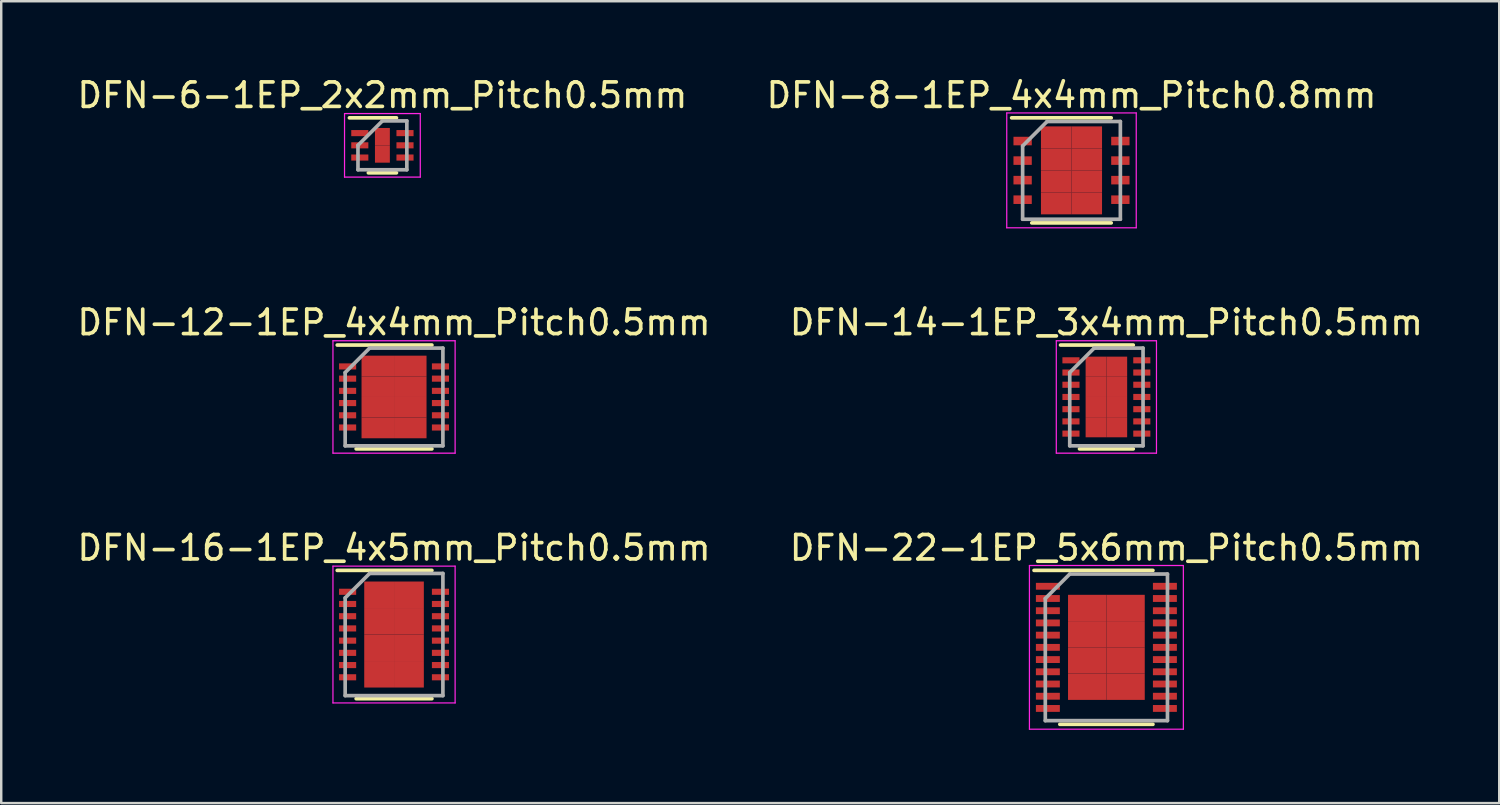
<source format=kicad_pcb>
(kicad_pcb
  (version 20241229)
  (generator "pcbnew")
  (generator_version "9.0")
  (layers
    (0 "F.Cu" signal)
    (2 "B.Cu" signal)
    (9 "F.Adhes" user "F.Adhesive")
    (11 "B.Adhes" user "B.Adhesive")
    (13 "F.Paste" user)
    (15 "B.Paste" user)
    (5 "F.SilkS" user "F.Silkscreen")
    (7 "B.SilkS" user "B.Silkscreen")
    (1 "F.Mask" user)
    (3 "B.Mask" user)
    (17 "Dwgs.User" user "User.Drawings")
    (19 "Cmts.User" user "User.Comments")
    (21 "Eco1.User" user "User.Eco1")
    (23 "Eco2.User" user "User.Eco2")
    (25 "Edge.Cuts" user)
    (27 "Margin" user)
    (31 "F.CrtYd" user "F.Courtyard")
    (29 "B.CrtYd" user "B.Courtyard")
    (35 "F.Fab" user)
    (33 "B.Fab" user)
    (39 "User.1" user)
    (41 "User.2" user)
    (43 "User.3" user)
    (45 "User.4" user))
  (footprint "DFN-12-1EP_4x4mm_Pitch0.5mm"
    (layer "F.Cu")
    (at 13.077 13.197)
    (property "Reference" "DFN-12-1EP_4x4mm_Pitch0.5mm" (at 0 -3.05 0) (layer "F.SilkS") (effects (font (size 1 1) (thickness 0.15))))
    (attr smd)
    (fp_line (start -2.325 -2.125) (end 1.55 -2.125) (stroke (width 0.15) (type solid)) (layer "F.SilkS"))
    (fp_line (start -1.55 2.125) (end 1.55 2.125) (stroke (width 0.15) (type solid)) (layer "F.SilkS"))
    (fp_line (start -2.5 -2.3) (end -2.5 2.3) (stroke (width 0.05) (type solid)) (layer "F.CrtYd"))
    (fp_line (start -2.5 -2.3) (end 2.5 -2.3) (stroke (width 0.05) (type solid)) (layer "F.CrtYd"))
    (fp_line (start -2.5 2.3) (end 2.5 2.3) (stroke (width 0.05) (type solid)) (layer "F.CrtYd"))
    (fp_line (start 2.5 -2.3) (end 2.5 2.3) (stroke (width 0.05) (type solid)) (layer "F.CrtYd"))
    (fp_line (start -2 -1) (end -1 -2) (stroke (width 0.15) (type solid)) (layer "F.Fab"))
    (fp_line (start -2 2) (end -2 -1) (stroke (width 0.15) (type solid)) (layer "F.Fab"))
    (fp_line (start -1 -2) (end 2 -2) (stroke (width 0.15) (type solid)) (layer "F.Fab"))
    (fp_line (start 2 -2) (end 2 2) (stroke (width 0.15) (type solid)) (layer "F.Fab"))
    (fp_line (start 2 2) (end -2 2) (stroke (width 0.15) (type solid)) (layer "F.Fab"))
    (pad "1" smd rect (at -1.9 -1.25) (size 0.7 0.25) (layers "F.Cu" "F.Mask" "F.Paste"))
    (pad "2" smd rect (at -1.9 -0.75) (size 0.7 0.25) (layers "F.Cu" "F.Mask" "F.Paste"))
    (pad "3" smd rect (at -1.9 -0.25) (size 0.7 0.25) (layers "F.Cu" "F.Mask" "F.Paste"))
    (pad "4" smd rect (at -1.9 0.25) (size 0.7 0.25) (layers "F.Cu" "F.Mask" "F.Paste"))
    (pad "5" smd rect (at -1.9 0.75) (size 0.7 0.25) (layers "F.Cu" "F.Mask" "F.Paste"))
    (pad "6" smd rect (at -1.9 1.25) (size 0.7 0.25) (layers "F.Cu" "F.Mask" "F.Paste"))
    (pad "7" smd rect (at 1.9 1.25) (size 0.7 0.25) (layers "F.Cu" "F.Mask" "F.Paste"))
    (pad "8" smd rect (at 1.9 0.75) (size 0.7 0.25) (layers "F.Cu" "F.Mask" "F.Paste"))
    (pad "9" smd rect (at 1.9 0.25) (size 0.7 0.25) (layers "F.Cu" "F.Mask" "F.Paste"))
    (pad "10" smd rect (at 1.9 -0.25) (size 0.7 0.25) (layers "F.Cu" "F.Mask" "F.Paste"))
    (pad "11" smd rect (at 1.9 -0.75) (size 0.7 0.25) (layers "F.Cu" "F.Mask" "F.Paste"))
    (pad "12" smd rect (at 1.9 -1.25) (size 0.7 0.25) (layers "F.Cu" "F.Mask" "F.Paste"))
    (pad "13" smd rect (at -0.665 -1.268) (size 1.33 0.845) (layers "F.Cu" "F.Mask" "F.Paste"))
    (pad "13" smd rect (at -0.665 -0.422) (size 1.33 0.845) (layers "F.Cu" "F.Mask" "F.Paste"))
    (pad "13" smd rect (at -0.665 0.422) (size 1.33 0.845) (layers "F.Cu" "F.Mask" "F.Paste"))
    (pad "13" smd rect (at -0.665 1.268) (size 1.33 0.845) (layers "F.Cu" "F.Mask" "F.Paste"))
    (pad "13" smd rect (at 0.665 -1.268) (size 1.33 0.845) (layers "F.Cu" "F.Mask" "F.Paste"))
    (pad "13" smd rect (at 0.665 -0.422) (size 1.33 0.845) (layers "F.Cu" "F.Mask" "F.Paste"))
    (pad "13" smd rect (at 0.665 0.422) (size 1.33 0.845) (layers "F.Cu" "F.Mask" "F.Paste"))
    (pad "13" smd rect (at 0.665 1.268) (size 1.33 0.845) (layers "F.Cu" "F.Mask" "F.Paste")))
  (footprint "DFN-16-1EP_4x5mm_Pitch0.5mm"
    (layer "F.Cu")
    (at 13.077 22.92)
    (property "Reference" "DFN-16-1EP_4x5mm_Pitch0.5mm" (at 0 -3.55 0) (layer "F.SilkS") (effects (font (size 1 1) (thickness 0.15))))
    (attr smd)
    (fp_line (start -2.325 -2.625) (end 1.55 -2.625) (stroke (width 0.15) (type solid)) (layer "F.SilkS"))
    (fp_line (start -1.55 2.625) (end 1.55 2.625) (stroke (width 0.15) (type solid)) (layer "F.SilkS"))
    (fp_line (start -2.5 -2.8) (end -2.5 2.8) (stroke (width 0.05) (type solid)) (layer "F.CrtYd"))
    (fp_line (start -2.5 -2.8) (end 2.5 -2.8) (stroke (width 0.05) (type solid)) (layer "F.CrtYd"))
    (fp_line (start -2.5 2.8) (end 2.5 2.8) (stroke (width 0.05) (type solid)) (layer "F.CrtYd"))
    (fp_line (start 2.5 -2.8) (end 2.5 2.8) (stroke (width 0.05) (type solid)) (layer "F.CrtYd"))
    (fp_line (start -2 -1.5) (end -1 -2.5) (stroke (width 0.15) (type solid)) (layer "F.Fab"))
    (fp_line (start -2 2.5) (end -2 -1.5) (stroke (width 0.15) (type solid)) (layer "F.Fab"))
    (fp_line (start -1 -2.5) (end 2 -2.5) (stroke (width 0.15) (type solid)) (layer "F.Fab"))
    (fp_line (start 2 -2.5) (end 2 2.5) (stroke (width 0.15) (type solid)) (layer "F.Fab"))
    (fp_line (start 2 2.5) (end -2 2.5) (stroke (width 0.15) (type solid)) (layer "F.Fab"))
    (pad "1" smd rect (at -1.9 -1.75) (size 0.7 0.25) (layers "F.Cu" "F.Mask" "F.Paste"))
    (pad "2" smd rect (at -1.9 -1.25) (size 0.7 0.25) (layers "F.Cu" "F.Mask" "F.Paste"))
    (pad "3" smd rect (at -1.9 -0.75) (size 0.7 0.25) (layers "F.Cu" "F.Mask" "F.Paste"))
    (pad "4" smd rect (at -1.9 -0.25) (size 0.7 0.25) (layers "F.Cu" "F.Mask" "F.Paste"))
    (pad "5" smd rect (at -1.9 0.25) (size 0.7 0.25) (layers "F.Cu" "F.Mask" "F.Paste"))
    (pad "6" smd rect (at -1.9 0.75) (size 0.7 0.25) (layers "F.Cu" "F.Mask" "F.Paste"))
    (pad "7" smd rect (at -1.9 1.25) (size 0.7 0.25) (layers "F.Cu" "F.Mask" "F.Paste"))
    (pad "8" smd rect (at -1.9 1.75) (size 0.7 0.25) (layers "F.Cu" "F.Mask" "F.Paste"))
    (pad "9" smd rect (at 1.9 1.75) (size 0.7 0.25) (layers "F.Cu" "F.Mask" "F.Paste"))
    (pad "10" smd rect (at 1.9 1.25) (size 0.7 0.25) (layers "F.Cu" "F.Mask" "F.Paste"))
    (pad "11" smd rect (at 1.9 0.75) (size 0.7 0.25) (layers "F.Cu" "F.Mask" "F.Paste"))
    (pad "12" smd rect (at 1.9 0.25) (size 0.7 0.25) (layers "F.Cu" "F.Mask" "F.Paste"))
    (pad "13" smd rect (at 1.9 -0.25) (size 0.7 0.25) (layers "F.Cu" "F.Mask" "F.Paste"))
    (pad "14" smd rect (at 1.9 -0.75) (size 0.7 0.25) (layers "F.Cu" "F.Mask" "F.Paste"))
    (pad "15" smd rect (at 1.9 -1.25) (size 0.7 0.25) (layers "F.Cu" "F.Mask" "F.Paste"))
    (pad "16" smd rect (at 1.9 -1.75) (size 0.7 0.25) (layers "F.Cu" "F.Mask" "F.Paste"))
    (pad "17" smd rect (at -0.61 -1.627) (size 1.22 1.085) (layers "F.Cu" "F.Mask" "F.Paste"))
    (pad "17" smd rect (at -0.61 -0.542) (size 1.22 1.085) (layers "F.Cu" "F.Mask" "F.Paste"))
    (pad "17" smd rect (at -0.61 0.542) (size 1.22 1.085) (layers "F.Cu" "F.Mask" "F.Paste"))
    (pad "17" smd rect (at -0.61 1.627) (size 1.22 1.085) (layers "F.Cu" "F.Mask" "F.Paste"))
    (pad "17" smd rect (at 0.61 -1.627) (size 1.22 1.085) (layers "F.Cu" "F.Mask" "F.Paste"))
    (pad "17" smd rect (at 0.61 -0.542) (size 1.22 1.085) (layers "F.Cu" "F.Mask" "F.Paste"))
    (pad "17" smd rect (at 0.61 0.542) (size 1.22 1.085) (layers "F.Cu" "F.Mask" "F.Paste"))
    (pad "17" smd rect (at 0.61 1.627) (size 1.22 1.085) (layers "F.Cu" "F.Mask" "F.Paste")))
  (footprint "DFN-8-1EP_4x4mm_Pitch0.8mm"
    (layer "F.Cu")
    (at 40.804 3.923)
    (property "Reference" "DFN-8-1EP_4x4mm_Pitch0.8mm" (at 0 -3.075 0) (layer "F.SilkS") (effects (font (size 1 1) (thickness 0.15))))
    (attr smd)
    (fp_line (start -2.45 -2.15) (end 1.625 -2.15) (stroke (width 0.15) (type solid)) (layer "F.SilkS"))
    (fp_line (start -1.625 2.15) (end 1.625 2.15) (stroke (width 0.15) (type solid)) (layer "F.SilkS"))
    (fp_line (start -2.65 -2.35) (end -2.65 2.35) (stroke (width 0.05) (type solid)) (layer "F.CrtYd"))
    (fp_line (start -2.65 -2.35) (end 2.65 -2.35) (stroke (width 0.05) (type solid)) (layer "F.CrtYd"))
    (fp_line (start -2.65 2.35) (end 2.65 2.35) (stroke (width 0.05) (type solid)) (layer "F.CrtYd"))
    (fp_line (start 2.65 -2.35) (end 2.65 2.35) (stroke (width 0.05) (type solid)) (layer "F.CrtYd"))
    (fp_line (start -2 -1) (end -1 -2) (stroke (width 0.15) (type solid)) (layer "F.Fab"))
    (fp_line (start -2 2) (end -2 -1) (stroke (width 0.15) (type solid)) (layer "F.Fab"))
    (fp_line (start -1 -2) (end 2 -2) (stroke (width 0.15) (type solid)) (layer "F.Fab"))
    (fp_line (start 2 -2) (end 2 2) (stroke (width 0.15) (type solid)) (layer "F.Fab"))
    (fp_line (start 2 2) (end -2 2) (stroke (width 0.15) (type solid)) (layer "F.Fab"))
    (pad "1" smd rect (at -2 -1.2) (size 0.75 0.35) (layers "F.Cu" "F.Mask" "F.Paste"))
    (pad "2" smd rect (at -2 -0.4) (size 0.75 0.35) (layers "F.Cu" "F.Mask" "F.Paste"))
    (pad "3" smd rect (at -2 0.4) (size 0.75 0.35) (layers "F.Cu" "F.Mask" "F.Paste"))
    (pad "4" smd rect (at -2 1.2) (size 0.75 0.35) (layers "F.Cu" "F.Mask" "F.Paste"))
    (pad "5" smd rect (at 2 1.2) (size 0.75 0.35) (layers "F.Cu" "F.Mask" "F.Paste"))
    (pad "6" smd rect (at 2 0.4) (size 0.75 0.35) (layers "F.Cu" "F.Mask" "F.Paste"))
    (pad "7" smd rect (at 2 -0.4) (size 0.75 0.35) (layers "F.Cu" "F.Mask" "F.Paste"))
    (pad "8" smd rect (at 2 -1.2) (size 0.75 0.35) (layers "F.Cu" "F.Mask" "F.Paste"))
    (pad "9" smd rect (at -0.625 -1.35) (size 1.25 0.9) (layers "F.Cu" "F.Mask" "F.Paste"))
    (pad "9" smd rect (at -0.625 -0.45) (size 1.25 0.9) (layers "F.Cu" "F.Mask" "F.Paste"))
    (pad "9" smd rect (at -0.625 0.45) (size 1.25 0.9) (layers "F.Cu" "F.Mask" "F.Paste"))
    (pad "9" smd rect (at -0.625 1.35) (size 1.25 0.9) (layers "F.Cu" "F.Mask" "F.Paste"))
    (pad "9" smd rect (at 0.625 -1.35) (size 1.25 0.9) (layers "F.Cu" "F.Mask" "F.Paste"))
    (pad "9" smd rect (at 0.625 -0.45) (size 1.25 0.9) (layers "F.Cu" "F.Mask" "F.Paste"))
    (pad "9" smd rect (at 0.625 0.45) (size 1.25 0.9) (layers "F.Cu" "F.Mask" "F.Paste"))
    (pad "9" smd rect (at 0.625 1.35) (size 1.25 0.9) (layers "F.Cu" "F.Mask" "F.Paste")))
  (footprint "DFN-14-1EP_3x4mm_Pitch0.5mm"
    (layer "F.Cu")
    (at 42.232 13.197)
    (property "Reference" "DFN-14-1EP_3x4mm_Pitch0.5mm" (at 0 -3.05 0) (layer "F.SilkS") (effects (font (size 1 1) (thickness 0.15))))
    (attr smd)
    (fp_line (start -1.875 -2.125) (end 1.1 -2.125) (stroke (width 0.15) (type solid)) (layer "F.SilkS"))
    (fp_line (start -1.1 2.125) (end 1.1 2.125) (stroke (width 0.15) (type solid)) (layer "F.SilkS"))
    (fp_line (start -2.05 -2.3) (end -2.05 2.3) (stroke (width 0.05) (type solid)) (layer "F.CrtYd"))
    (fp_line (start -2.05 -2.3) (end 2.05 -2.3) (stroke (width 0.05) (type solid)) (layer "F.CrtYd"))
    (fp_line (start -2.05 2.3) (end 2.05 2.3) (stroke (width 0.05) (type solid)) (layer "F.CrtYd"))
    (fp_line (start 2.05 -2.3) (end 2.05 2.3) (stroke (width 0.05) (type solid)) (layer "F.CrtYd"))
    (fp_line (start -1.5 -1) (end -0.5 -2) (stroke (width 0.15) (type solid)) (layer "F.Fab"))
    (fp_line (start -1.5 2) (end -1.5 -1) (stroke (width 0.15) (type solid)) (layer "F.Fab"))
    (fp_line (start -0.5 -2) (end 1.5 -2) (stroke (width 0.15) (type solid)) (layer "F.Fab"))
    (fp_line (start 1.5 -2) (end 1.5 2) (stroke (width 0.15) (type solid)) (layer "F.Fab"))
    (fp_line (start 1.5 2) (end -1.5 2) (stroke (width 0.15) (type solid)) (layer "F.Fab"))
    (pad "1" smd rect (at -1.45 -1.5) (size 0.7 0.25) (layers "F.Cu" "F.Mask" "F.Paste"))
    (pad "2" smd rect (at -1.45 -1) (size 0.7 0.25) (layers "F.Cu" "F.Mask" "F.Paste"))
    (pad "3" smd rect (at -1.45 -0.5) (size 0.7 0.25) (layers "F.Cu" "F.Mask" "F.Paste"))
    (pad "4" smd rect (at -1.45 0) (size 0.7 0.25) (layers "F.Cu" "F.Mask" "F.Paste"))
    (pad "5" smd rect (at -1.45 0.5) (size 0.7 0.25) (layers "F.Cu" "F.Mask" "F.Paste"))
    (pad "6" smd rect (at -1.45 1) (size 0.7 0.25) (layers "F.Cu" "F.Mask" "F.Paste"))
    (pad "7" smd rect (at -1.45 1.5) (size 0.7 0.25) (layers "F.Cu" "F.Mask" "F.Paste"))
    (pad "8" smd rect (at 1.45 1.5) (size 0.7 0.25) (layers "F.Cu" "F.Mask" "F.Paste"))
    (pad "9" smd rect (at 1.45 1) (size 0.7 0.25) (layers "F.Cu" "F.Mask" "F.Paste"))
    (pad "10" smd rect (at 1.45 0.5) (size 0.7 0.25) (layers "F.Cu" "F.Mask" "F.Paste"))
    (pad "11" smd rect (at 1.45 0) (size 0.7 0.25) (layers "F.Cu" "F.Mask" "F.Paste"))
    (pad "12" smd rect (at 1.45 -0.5) (size 0.7 0.25) (layers "F.Cu" "F.Mask" "F.Paste"))
    (pad "13" smd rect (at 1.45 -1) (size 0.7 0.25) (layers "F.Cu" "F.Mask" "F.Paste"))
    (pad "14" smd rect (at 1.45 -1.5) (size 0.7 0.25) (layers "F.Cu" "F.Mask" "F.Paste"))
    (pad "15" smd rect (at -0.425 -1.238) (size 0.85 0.825) (layers "F.Cu" "F.Mask" "F.Paste"))
    (pad "15" smd rect (at -0.425 -0.412) (size 0.85 0.825) (layers "F.Cu" "F.Mask" "F.Paste"))
    (pad "15" smd rect (at -0.425 0.412) (size 0.85 0.825) (layers "F.Cu" "F.Mask" "F.Paste"))
    (pad "15" smd rect (at -0.425 1.238) (size 0.85 0.825) (layers "F.Cu" "F.Mask" "F.Paste"))
    (pad "15" smd rect (at 0.425 -1.238) (size 0.85 0.825) (layers "F.Cu" "F.Mask" "F.Paste"))
    (pad "15" smd rect (at 0.425 -0.412) (size 0.85 0.825) (layers "F.Cu" "F.Mask" "F.Paste"))
    (pad "15" smd rect (at 0.425 0.412) (size 0.85 0.825) (layers "F.Cu" "F.Mask" "F.Paste"))
    (pad "15" smd rect (at 0.425 1.238) (size 0.85 0.825) (layers "F.Cu" "F.Mask" "F.Paste")))
  (footprint "DFN-22-1EP_5x6mm_Pitch0.5mm"
    (layer "F.Cu")
    (at 42.232 23.445)
    (property "Reference" "DFN-22-1EP_5x6mm_Pitch0.5mm" (at 0 -4.075 0) (layer "F.SilkS") (effects (font (size 1 1) (thickness 0.15))))
    (attr smd)
    (fp_line (start -2.96 -3.15) (end 1.905 -3.15) (stroke (width 0.15) (type solid)) (layer "F.SilkS"))
    (fp_line (start -1.905 3.15) (end 1.905 3.15) (stroke (width 0.15) (type solid)) (layer "F.SilkS"))
    (fp_line (start -3.15 -3.35) (end -3.15 3.35) (stroke (width 0.05) (type solid)) (layer "F.CrtYd"))
    (fp_line (start -3.15 -3.35) (end 3.15 -3.35) (stroke (width 0.05) (type solid)) (layer "F.CrtYd"))
    (fp_line (start -3.15 3.35) (end 3.15 3.35) (stroke (width 0.05) (type solid)) (layer "F.CrtYd"))
    (fp_line (start 3.15 -3.35) (end 3.15 3.35) (stroke (width 0.05) (type solid)) (layer "F.CrtYd"))
    (fp_line (start -2.5 -2) (end -1.5 -3) (stroke (width 0.15) (type solid)) (layer "F.Fab"))
    (fp_line (start -2.5 3) (end -2.5 -2) (stroke (width 0.15) (type solid)) (layer "F.Fab"))
    (fp_line (start -1.5 -3) (end 2.5 -3) (stroke (width 0.15) (type solid)) (layer "F.Fab"))
    (fp_line (start 2.5 -3) (end 2.5 3) (stroke (width 0.15) (type solid)) (layer "F.Fab"))
    (fp_line (start 2.5 3) (end -2.5 3) (stroke (width 0.15) (type solid)) (layer "F.Fab"))
    (pad "1" smd rect (at -2.395 -2.5) (size 0.98 0.28) (layers "F.Cu" "F.Mask" "F.Paste"))
    (pad "2" smd rect (at -2.395 -2) (size 0.98 0.28) (layers "F.Cu" "F.Mask" "F.Paste"))
    (pad "3" smd rect (at -2.395 -1.5) (size 0.98 0.28) (layers "F.Cu" "F.Mask" "F.Paste"))
    (pad "4" smd rect (at -2.395 -1) (size 0.98 0.28) (layers "F.Cu" "F.Mask" "F.Paste"))
    (pad "5" smd rect (at -2.395 -0.5) (size 0.98 0.28) (layers "F.Cu" "F.Mask" "F.Paste"))
    (pad "6" smd rect (at -2.395 0) (size 0.98 0.28) (layers "F.Cu" "F.Mask" "F.Paste"))
    (pad "7" smd rect (at -2.395 0.5) (size 0.98 0.28) (layers "F.Cu" "F.Mask" "F.Paste"))
    (pad "8" smd rect (at -2.395 1) (size 0.98 0.28) (layers "F.Cu" "F.Mask" "F.Paste"))
    (pad "9" smd rect (at -2.395 1.5) (size 0.98 0.28) (layers "F.Cu" "F.Mask" "F.Paste"))
    (pad "10" smd rect (at -2.395 2) (size 0.98 0.28) (layers "F.Cu" "F.Mask" "F.Paste"))
    (pad "11" smd rect (at -2.395 2.5) (size 0.98 0.28) (layers "F.Cu" "F.Mask" "F.Paste"))
    (pad "12" smd rect (at 2.395 2.5) (size 0.98 0.28) (layers "F.Cu" "F.Mask" "F.Paste"))
    (pad "13" smd rect (at 2.395 2) (size 0.98 0.28) (layers "F.Cu" "F.Mask" "F.Paste"))
    (pad "14" smd rect (at 2.395 1.5) (size 0.98 0.28) (layers "F.Cu" "F.Mask" "F.Paste"))
    (pad "15" smd rect (at 2.395 1) (size 0.98 0.28) (layers "F.Cu" "F.Mask" "F.Paste"))
    (pad "16" smd rect (at 2.395 0.5) (size 0.98 0.28) (layers "F.Cu" "F.Mask" "F.Paste"))
    (pad "17" smd rect (at 2.395 0) (size 0.98 0.28) (layers "F.Cu" "F.Mask" "F.Paste"))
    (pad "18" smd rect (at 2.395 -0.5) (size 0.98 0.28) (layers "F.Cu" "F.Mask" "F.Paste"))
    (pad "19" smd rect (at 2.395 -1) (size 0.98 0.28) (layers "F.Cu" "F.Mask" "F.Paste"))
    (pad "20" smd rect (at 2.395 -1.5) (size 0.98 0.28) (layers "F.Cu" "F.Mask" "F.Paste"))
    (pad "21" smd rect (at 2.395 -2) (size 0.98 0.28) (layers "F.Cu" "F.Mask" "F.Paste"))
    (pad "22" smd rect (at 2.395 -2.5) (size 0.98 0.28) (layers "F.Cu" "F.Mask" "F.Paste"))
    (pad "23" smd rect (at -0.785 -1.613) (size 1.57 1.075) (layers "F.Cu" "F.Mask" "F.Paste"))
    (pad "23" smd rect (at -0.785 -0.537) (size 1.57 1.075) (layers "F.Cu" "F.Mask" "F.Paste"))
    (pad "23" smd rect (at -0.785 0.537) (size 1.57 1.075) (layers "F.Cu" "F.Mask" "F.Paste"))
    (pad "23" smd rect (at -0.785 1.613) (size 1.57 1.075) (layers "F.Cu" "F.Mask" "F.Paste"))
    (pad "23" smd rect (at 0.785 -1.613) (size 1.57 1.075) (layers "F.Cu" "F.Mask" "F.Paste"))
    (pad "23" smd rect (at 0.785 -0.537) (size 1.57 1.075) (layers "F.Cu" "F.Mask" "F.Paste"))
    (pad "23" smd rect (at 0.785 0.537) (size 1.57 1.075) (layers "F.Cu" "F.Mask" "F.Paste"))
    (pad "23" smd rect (at 0.785 1.613) (size 1.57 1.075) (layers "F.Cu" "F.Mask" "F.Paste")))
  (footprint "DFN-6-1EP_2x2mm_Pitch0.5mm"
    (layer "F.Cu")
    (at 12.601 2.898)
    (property "Reference" "DFN-6-1EP_2x2mm_Pitch0.5mm" (at 0 -2.05 0) (layer "F.SilkS") (effects (font (size 1 1) (thickness 0.15))))
    (attr smd)
    (fp_line (start -1.35 -1.125) (end 0.575 -1.125) (stroke (width 0.15) (type solid)) (layer "F.SilkS"))
    (fp_line (start -0.575 1.125) (end 0.575 1.125) (stroke (width 0.15) (type solid)) (layer "F.SilkS"))
    (fp_line (start -1.55 -1.3) (end -1.55 1.3) (stroke (width 0.05) (type solid)) (layer "F.CrtYd"))
    (fp_line (start -1.55 -1.3) (end 1.55 -1.3) (stroke (width 0.05) (type solid)) (layer "F.CrtYd"))
    (fp_line (start -1.55 1.3) (end 1.55 1.3) (stroke (width 0.05) (type solid)) (layer "F.CrtYd"))
    (fp_line (start 1.55 -1.3) (end 1.55 1.3) (stroke (width 0.05) (type solid)) (layer "F.CrtYd"))
    (fp_line (start -1 0) (end 0 -1) (stroke (width 0.15) (type solid)) (layer "F.Fab"))
    (fp_line (start -1 1) (end -1 0) (stroke (width 0.15) (type solid)) (layer "F.Fab"))
    (fp_line (start 0 -1) (end 1 -1) (stroke (width 0.15) (type solid)) (layer "F.Fab"))
    (fp_line (start 1 -1) (end 1 1) (stroke (width 0.15) (type solid)) (layer "F.Fab"))
    (fp_line (start 1 1) (end -1 1) (stroke (width 0.15) (type solid)) (layer "F.Fab"))
    (pad "1" smd rect (at -0.925 -0.5) (size 0.7 0.25) (layers "F.Cu" "F.Mask" "F.Paste"))
    (pad "2" smd rect (at -0.925 0) (size 0.7 0.25) (layers "F.Cu" "F.Mask" "F.Paste"))
    (pad "3" smd rect (at -0.925 0.5) (size 0.7 0.25) (layers "F.Cu" "F.Mask" "F.Paste"))
    (pad "4" smd rect (at 0.925 0.5) (size 0.7 0.25) (layers "F.Cu" "F.Mask" "F.Paste"))
    (pad "5" smd rect (at 0.925 0) (size 0.7 0.25) (layers "F.Cu" "F.Mask" "F.Paste"))
    (pad "6" smd rect (at 0.925 -0.5) (size 0.7 0.25) (layers "F.Cu" "F.Mask" "F.Paste"))
    (pad "7" smd rect (at 0 -0.355) (size 0.61 0.71) (layers "F.Cu" "F.Mask" "F.Paste"))
    (pad "7" smd rect (at 0 0.355) (size 0.61 0.71) (layers "F.Cu" "F.Mask" "F.Paste")))
  (gr_rect
    (start -3 -3)
    (end 58.31 29.82)
    (stroke (width 0.1) (type default))
    (fill no)
    (layer "Edge.Cuts")))
</source>
